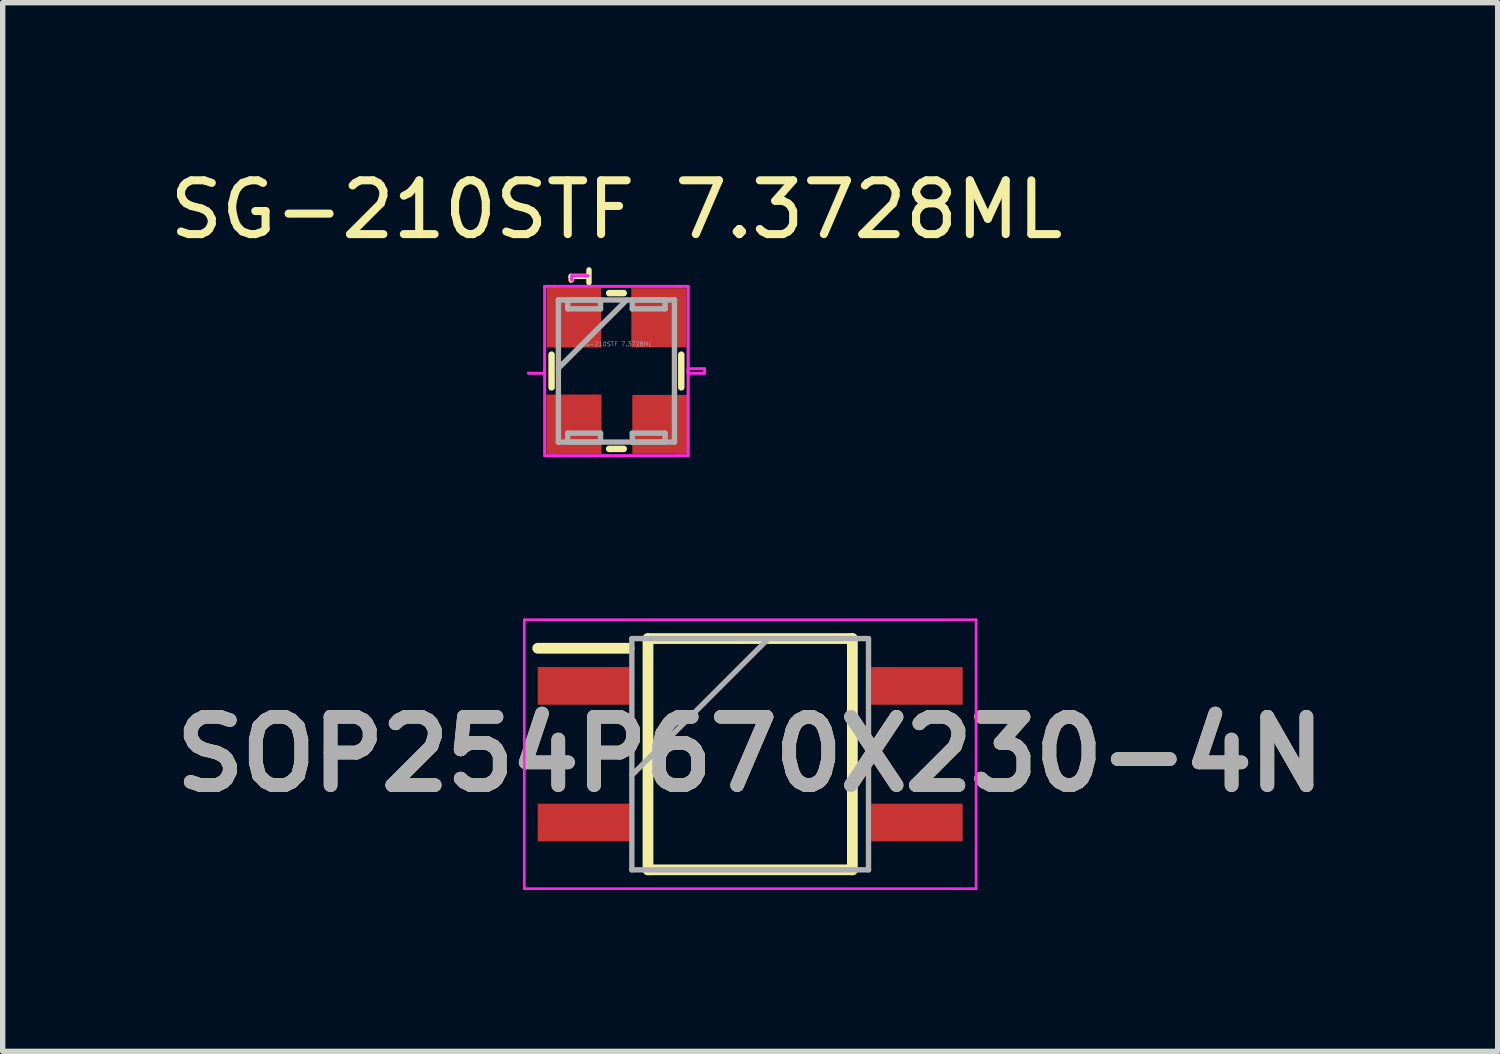
<source format=kicad_pcb>
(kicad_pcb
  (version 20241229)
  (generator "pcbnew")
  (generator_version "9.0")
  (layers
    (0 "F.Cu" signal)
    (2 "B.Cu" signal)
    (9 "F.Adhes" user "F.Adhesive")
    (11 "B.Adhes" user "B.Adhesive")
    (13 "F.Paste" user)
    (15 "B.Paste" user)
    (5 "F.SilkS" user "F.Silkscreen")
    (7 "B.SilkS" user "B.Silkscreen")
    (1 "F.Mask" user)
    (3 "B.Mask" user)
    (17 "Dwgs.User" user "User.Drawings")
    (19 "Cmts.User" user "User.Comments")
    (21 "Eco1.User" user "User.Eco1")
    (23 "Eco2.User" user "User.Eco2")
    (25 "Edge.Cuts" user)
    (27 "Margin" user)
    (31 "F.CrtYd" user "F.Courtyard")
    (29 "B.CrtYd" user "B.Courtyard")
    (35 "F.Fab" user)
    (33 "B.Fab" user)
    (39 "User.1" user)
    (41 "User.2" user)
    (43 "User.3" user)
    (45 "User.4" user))
  (footprint "SOP254P670X230-4N"
    (layer "F.Cu")
    (at 10.898 10.973)
    (property "Reference" "SOP254P670X230-4N" (at 0 0 0) (layer "F.SilkS") (effects (font (size 1.27 1.27) (thickness 0.254))))
    (attr smd)
    (fp_line (start -3.95 -1.97) (end -2.25 -1.97) (stroke (width 0.2) (type solid)) (layer "F.SilkS"))
    (fp_line (start -1.9 -2.15) (end 1.9 -2.15) (stroke (width 0.2) (type solid)) (layer "F.SilkS"))
    (fp_line (start -1.9 2.15) (end -1.9 -2.15) (stroke (width 0.2) (type solid)) (layer "F.SilkS"))
    (fp_line (start 1.9 -2.15) (end 1.9 2.15) (stroke (width 0.2) (type solid)) (layer "F.SilkS"))
    (fp_line (start 1.9 2.15) (end -1.9 2.15) (stroke (width 0.2) (type solid)) (layer "F.SilkS"))
    (fp_line (start -4.2 -2.5) (end 4.2 -2.5) (stroke (width 0.05) (type solid)) (layer "F.CrtYd"))
    (fp_line (start -4.2 2.5) (end -4.2 -2.5) (stroke (width 0.05) (type solid)) (layer "F.CrtYd"))
    (fp_line (start 4.2 -2.5) (end 4.2 2.5) (stroke (width 0.05) (type solid)) (layer "F.CrtYd"))
    (fp_line (start 4.2 2.5) (end -4.2 2.5) (stroke (width 0.05) (type solid)) (layer "F.CrtYd"))
    (fp_line (start -2.2 -2.15) (end 2.2 -2.15) (stroke (width 0.1) (type solid)) (layer "F.Fab"))
    (fp_line (start -2.2 0.39) (end 0.34 -2.15) (stroke (width 0.1) (type solid)) (layer "F.Fab"))
    (fp_line (start -2.2 2.15) (end -2.2 -2.15) (stroke (width 0.1) (type solid)) (layer "F.Fab"))
    (fp_line (start 2.2 -2.15) (end 2.2 2.15) (stroke (width 0.1) (type solid)) (layer "F.Fab"))
    (fp_line (start 2.2 2.15) (end -2.2 2.15) (stroke (width 0.1) (type solid)) (layer "F.Fab"))
    (fp_text user "${REFERENCE}" (at 0 0 0) (layer "F.Fab") (effects (font (size 1.27 1.27) (thickness 0.254))))
    (pad "1" smd rect (at -3.1 -1.27 90) (size 0.7 1.7) (layers "F.Cu" "F.Mask" "F.Paste"))
    (pad "2" smd rect (at -3.1 1.27 90) (size 0.7 1.7) (layers "F.Cu" "F.Mask" "F.Paste"))
    (pad "3" smd rect (at 3.1 1.27 90) (size 0.7 1.7) (layers "F.Cu" "F.Mask" "F.Paste"))
    (pad "4" smd rect (at 3.1 -1.27 90) (size 0.7 1.7) (layers "F.Cu" "F.Mask" "F.Paste")))
  (footprint "SG-210STF 7.3728ML"
    (layer "F.Cu")
    (at 8.411 3.848)
    (property "Reference" "SG-210STF 7.3728ML" (at 0 -3 0) (layer "F.SilkS") (effects (font (size 1 1) (thickness 0.15))))
    (attr through_hole)
    (fp_line (start -1.206 -0.304) (end -1.206 0.304) (stroke (width 0.12) (type solid)) (layer "F.SilkS"))
    (fp_line (start -0.842 -1.759) (end -0.542 -1.759) (stroke (width 0.1) (type default)) (layer "F.SilkS"))
    (fp_line (start -0.842 -1.689) (end -0.842 -1.759) (stroke (width 0.1) (type default)) (layer "F.SilkS"))
    (fp_line (start -0.51 -1.88) (end -0.51 -1.64) (stroke (width 0.1) (type default)) (layer "F.SilkS"))
    (fp_line (start -0.136 1.448) (end 0.136 1.448) (stroke (width 0.12) (type solid)) (layer "F.SilkS"))
    (fp_line (start 0.136 -1.448) (end -0.136 -1.448) (stroke (width 0.12) (type solid)) (layer "F.SilkS"))
    (fp_line (start 1.206 0.304) (end 1.206 -0.304) (stroke (width 0.12) (type solid)) (layer "F.SilkS"))
    (fp_line (start -1.638 0.041) (end -1.333 0.041) (stroke (width 0.05) (type solid)) (layer "F.CrtYd"))
    (fp_line (start -1.638 0.041) (end -1.333 0.041) (stroke (width 0.05) (type solid)) (layer "F.CrtYd"))
    (fp_line (start -1.333 -1.575) (end -1.159 -1.575) (stroke (width 0.05) (type solid)) (layer "F.CrtYd"))
    (fp_line (start -1.333 -1.575) (end -1.159 -1.575) (stroke (width 0.05) (type solid)) (layer "F.CrtYd"))
    (fp_line (start -1.333 0.041) (end -1.333 -1.575) (stroke (width 0.05) (type solid)) (layer "F.CrtYd"))
    (fp_line (start -1.333 0.041) (end -1.333 -1.575) (stroke (width 0.05) (type solid)) (layer "F.CrtYd"))
    (fp_line (start -1.333 1.575) (end -1.333 -0.041) (stroke (width 0.05) (type solid)) (layer "F.CrtYd"))
    (fp_line (start -1.333 1.575) (end -1.333 -0.041) (stroke (width 0.05) (type solid)) (layer "F.CrtYd"))
    (fp_line (start -1.159 -1.575) (end -1.159 -1.575) (stroke (width 0.05) (type solid)) (layer "F.CrtYd"))
    (fp_line (start -1.159 -1.575) (end -1.159 -1.575) (stroke (width 0.05) (type solid)) (layer "F.CrtYd"))
    (fp_line (start -1.159 -1.575) (end 1.159 -1.575) (stroke (width 0.05) (type solid)) (layer "F.CrtYd"))
    (fp_line (start -1.159 -1.575) (end 1.159 -1.575) (stroke (width 0.05) (type solid)) (layer "F.CrtYd"))
    (fp_line (start -1.159 1.575) (end -1.333 1.575) (stroke (width 0.05) (type solid)) (layer "F.CrtYd"))
    (fp_line (start -1.159 1.575) (end -1.333 1.575) (stroke (width 0.05) (type solid)) (layer "F.CrtYd"))
    (fp_line (start -1.159 1.575) (end -1.159 1.575) (stroke (width 0.05) (type solid)) (layer "F.CrtYd"))
    (fp_line (start -1.159 1.575) (end -1.159 1.575) (stroke (width 0.05) (type solid)) (layer "F.CrtYd"))
    (fp_line (start -0.832 -1.77) (end -0.832 -1.688) (stroke (width 0.05) (type solid)) (layer "F.CrtYd"))
    (fp_line (start -0.832 -1.77) (end -0.832 -1.688) (stroke (width 0.05) (type solid)) (layer "F.CrtYd"))
    (fp_line (start -0.528 -1.77) (end -0.832 -1.77) (stroke (width 0.05) (type solid)) (layer "F.CrtYd"))
    (fp_line (start -0.528 -1.77) (end -0.832 -1.77) (stroke (width 0.05) (type solid)) (layer "F.CrtYd"))
    (fp_line (start 1.159 -1.575) (end 1.159 -1.575) (stroke (width 0.05) (type solid)) (layer "F.CrtYd"))
    (fp_line (start 1.159 -1.575) (end 1.159 -1.575) (stroke (width 0.05) (type solid)) (layer "F.CrtYd"))
    (fp_line (start 1.159 -1.575) (end 1.333 -1.575) (stroke (width 0.05) (type solid)) (layer "F.CrtYd"))
    (fp_line (start 1.159 -1.575) (end 1.333 -1.575) (stroke (width 0.05) (type solid)) (layer "F.CrtYd"))
    (fp_line (start 1.159 1.575) (end -1.159 1.575) (stroke (width 0.05) (type solid)) (layer "F.CrtYd"))
    (fp_line (start 1.159 1.575) (end -1.159 1.575) (stroke (width 0.05) (type solid)) (layer "F.CrtYd"))
    (fp_line (start 1.159 1.575) (end 1.159 1.575) (stroke (width 0.05) (type solid)) (layer "F.CrtYd"))
    (fp_line (start 1.159 1.575) (end 1.159 1.575) (stroke (width 0.05) (type solid)) (layer "F.CrtYd"))
    (fp_line (start 1.333 -1.575) (end 1.333 0.041) (stroke (width 0.05) (type solid)) (layer "F.CrtYd"))
    (fp_line (start 1.333 -1.575) (end 1.333 0.041) (stroke (width 0.05) (type solid)) (layer "F.CrtYd"))
    (fp_line (start 1.333 -0.041) (end 1.333 1.575) (stroke (width 0.05) (type solid)) (layer "F.CrtYd"))
    (fp_line (start 1.333 -0.041) (end 1.333 1.575) (stroke (width 0.05) (type solid)) (layer "F.CrtYd"))
    (fp_line (start 1.333 0.041) (end 1.638 0.041) (stroke (width 0.05) (type solid)) (layer "F.CrtYd"))
    (fp_line (start 1.333 0.041) (end 1.638 0.041) (stroke (width 0.05) (type solid)) (layer "F.CrtYd"))
    (fp_line (start 1.333 1.575) (end 1.159 1.575) (stroke (width 0.05) (type solid)) (layer "F.CrtYd"))
    (fp_line (start 1.333 1.575) (end 1.159 1.575) (stroke (width 0.05) (type solid)) (layer "F.CrtYd"))
    (fp_line (start 1.638 -0.041) (end 1.333 -0.041) (stroke (width 0.05) (type solid)) (layer "F.CrtYd"))
    (fp_line (start 1.638 -0.041) (end 1.333 -0.041) (stroke (width 0.05) (type solid)) (layer "F.CrtYd"))
    (fp_line (start 1.638 0.041) (end 1.638 -0.041) (stroke (width 0.05) (type solid)) (layer "F.CrtYd"))
    (fp_line (start 1.638 0.041) (end 1.638 -0.041) (stroke (width 0.05) (type solid)) (layer "F.CrtYd"))
    (fp_line (start -1.079 -1.321) (end -1.079 -1.321) (stroke (width 0.1) (type solid)) (layer "F.Fab"))
    (fp_line (start -1.079 -1.321) (end -1.079 1.321) (stroke (width 0.1) (type solid)) (layer "F.Fab"))
    (fp_line (start -1.079 -0.051) (end 0.191 -1.321) (stroke (width 0.1) (type solid)) (layer "F.Fab"))
    (fp_line (start -1.079 1.321) (end -1.079 1.321) (stroke (width 0.1) (type solid)) (layer "F.Fab"))
    (fp_line (start -1.079 1.321) (end 1.079 1.321) (stroke (width 0.1) (type solid)) (layer "F.Fab"))
    (fp_line (start -0.905 -1.321) (end -0.295 -1.321) (stroke (width 0.1) (type solid)) (layer "F.Fab"))
    (fp_line (start -0.905 -1.156) (end -0.905 -1.321) (stroke (width 0.1) (type solid)) (layer "F.Fab"))
    (fp_line (start -0.905 1.156) (end -0.295 1.156) (stroke (width 0.1) (type solid)) (layer "F.Fab"))
    (fp_line (start -0.905 1.321) (end -0.905 1.156) (stroke (width 0.1) (type solid)) (layer "F.Fab"))
    (fp_line (start -0.295 -1.321) (end -0.295 -1.156) (stroke (width 0.1) (type solid)) (layer "F.Fab"))
    (fp_line (start -0.295 -1.156) (end -0.905 -1.156) (stroke (width 0.1) (type solid)) (layer "F.Fab"))
    (fp_line (start -0.295 1.156) (end -0.295 1.321) (stroke (width 0.1) (type solid)) (layer "F.Fab"))
    (fp_line (start -0.295 1.321) (end -0.905 1.321) (stroke (width 0.1) (type solid)) (layer "F.Fab"))
    (fp_line (start 0.295 -1.321) (end 0.905 -1.321) (stroke (width 0.1) (type solid)) (layer "F.Fab"))
    (fp_line (start 0.295 -1.156) (end 0.295 -1.321) (stroke (width 0.1) (type solid)) (layer "F.Fab"))
    (fp_line (start 0.295 1.156) (end 0.905 1.156) (stroke (width 0.1) (type solid)) (layer "F.Fab"))
    (fp_line (start 0.295 1.321) (end 0.295 1.156) (stroke (width 0.1) (type solid)) (layer "F.Fab"))
    (fp_line (start 0.905 -1.321) (end 0.905 -1.156) (stroke (width 0.1) (type solid)) (layer "F.Fab"))
    (fp_line (start 0.905 -1.156) (end 0.295 -1.156) (stroke (width 0.1) (type solid)) (layer "F.Fab"))
    (fp_line (start 0.905 1.156) (end 0.905 1.321) (stroke (width 0.1) (type solid)) (layer "F.Fab"))
    (fp_line (start 0.905 1.321) (end 0.295 1.321) (stroke (width 0.1) (type solid)) (layer "F.Fab"))
    (fp_line (start 1.079 -1.321) (end -1.079 -1.321) (stroke (width 0.1) (type solid)) (layer "F.Fab"))
    (fp_line (start 1.079 -1.321) (end 1.079 -1.321) (stroke (width 0.1) (type solid)) (layer "F.Fab"))
    (fp_line (start 1.079 1.321) (end 1.079 -1.321) (stroke (width 0.1) (type solid)) (layer "F.Fab"))
    (fp_line (start 1.079 1.321) (end 1.079 1.321) (stroke (width 0.1) (type solid)) (layer "F.Fab"))
    (fp_text user "${REFERENCE}" (at 0 -0.5 0) (layer "F.Fab") (effects (font (size 0.08 0.08) (thickness 0.008))))
    (pad "1" smd rect (at -0.79 -0.99) (size 1.015 1.105) (layers "F.Cu" "F.Mask" "F.Paste"))
    (pad "2" smd rect (at -0.79 0.99) (size 1.025 1.105) (layers "F.Cu" "F.Mask" "F.Paste"))
    (pad "3" smd rect (at 0.803 0.992) (size 1.015 1.095) (layers "F.Cu" "F.Mask" "F.Paste"))
    (pad "4" smd rect (at 0.79 -0.99) (size 1.025 1.1) (layers "F.Cu" "F.Mask" "F.Paste")))
  (gr_rect
    (start -3 -3)
    (end 24.796 16.498)
    (stroke (width 0.1) (type default))
    (fill no)
    (layer "Edge.Cuts")))
</source>
